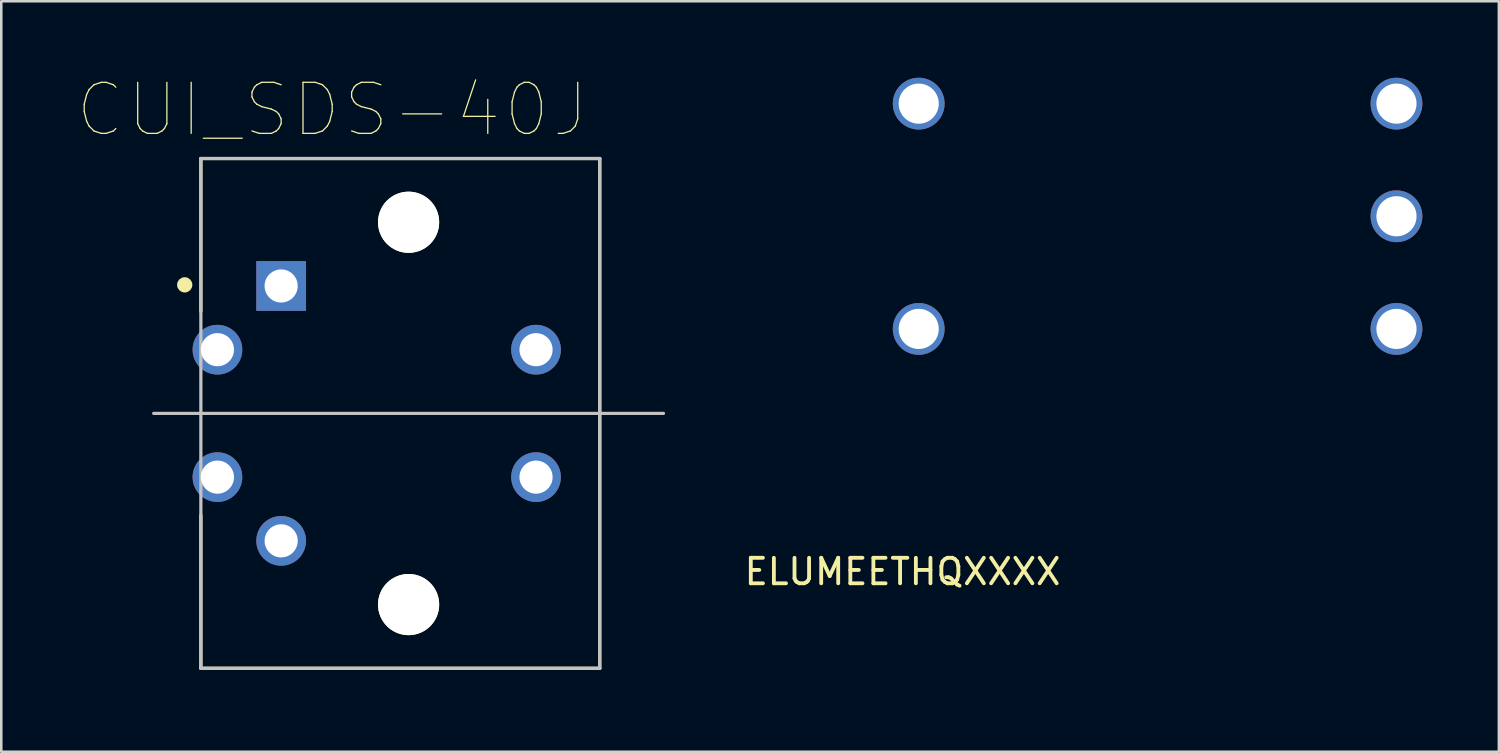
<source format=kicad_pcb>
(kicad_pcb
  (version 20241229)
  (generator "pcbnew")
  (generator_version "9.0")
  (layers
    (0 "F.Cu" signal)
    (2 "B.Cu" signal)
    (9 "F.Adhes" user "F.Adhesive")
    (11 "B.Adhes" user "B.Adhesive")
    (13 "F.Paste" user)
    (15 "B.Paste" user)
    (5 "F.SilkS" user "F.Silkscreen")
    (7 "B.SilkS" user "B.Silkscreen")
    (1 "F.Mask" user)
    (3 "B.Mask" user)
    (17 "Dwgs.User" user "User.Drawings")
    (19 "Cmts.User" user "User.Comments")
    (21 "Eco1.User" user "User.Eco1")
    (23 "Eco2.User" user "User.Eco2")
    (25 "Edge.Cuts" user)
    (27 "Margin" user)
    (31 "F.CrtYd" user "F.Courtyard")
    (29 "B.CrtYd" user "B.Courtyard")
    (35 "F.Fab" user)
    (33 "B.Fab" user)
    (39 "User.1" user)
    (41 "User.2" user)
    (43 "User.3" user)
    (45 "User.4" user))
  (footprint "ELUMEETHQXXXX"
    (layer "F.Cu")
    (at 32.995 9.855)
    (property "Reference" "ELUMEETHQXXXX" (at -0.635 9.525 0) (layer "F.SilkS") (effects (font (size 1 1) (thickness 0.15))))
    (attr through_hole)
    (pad "1" thru_hole circle (at 18.745 0) (size 2.032 2.032) (drill 1.575) (layers "*.Cu" "*.Mask"))
    (pad "2" thru_hole circle (at 18.745 -4.42) (size 2.032 2.032) (drill 1.575) (layers "*.Cu" "*.Mask"))
    (pad "3" thru_hole circle (at 18.745 -8.839) (size 2.032 2.032) (drill 1.575) (layers "*.Cu" "*.Mask"))
    (pad "4" thru_hole circle (at 0 -8.839) (size 2.032 2.032) (drill 1.575) (layers "*.Cu" "*.Mask"))
    (pad "5" thru_hole circle (at 0 0) (size 2.032 2.032) (drill 1.575) (layers "*.Cu" "*.Mask")))
  (footprint "CUI_SDS-40J"
    (layer "F.Cu")
    (at 12.981 13.17)
    (property "Reference" "CUI_SDS-40J" (at -2.998 -11.911 0) (layer "F.SilkS") (effects (font (size 2.003 2.003) (thickness 0.05))))
    (attr through_hole)
    (fp_line (start -8.15 -10) (end 7.5 -10) (stroke (width 0.127) (type solid)) (layer "F.SilkS"))
    (fp_line (start -8.15 -4) (end -8.15 -10) (stroke (width 0.127) (type solid)) (layer "F.SilkS"))
    (fp_line (start -8.15 10) (end -8.15 4) (stroke (width 0.127) (type solid)) (layer "F.SilkS"))
    (fp_line (start 7.5 10) (end -8.15 10) (stroke (width 0.127) (type solid)) (layer "F.SilkS"))
    (fp_line (start 7.5 10) (end 7.5 -10) (stroke (width 0.127) (type solid)) (layer "F.SilkS"))
    (fp_circle (center -8.784 -5.044) (end -8.634 -5.044) (stroke (width 0.3) (type solid)) (fill no) (layer "F.SilkS"))
    (fp_line (start -8.15 -10) (end 7.5 -10) (stroke (width 0.127) (type solid)) (layer "Dwgs.User"))
    (fp_line (start -8.15 10) (end -8.15 -10) (stroke (width 0.127) (type solid)) (layer "Dwgs.User"))
    (fp_line (start 7.5 -10) (end 7.5 10) (stroke (width 0.127) (type solid)) (layer "Dwgs.User"))
    (fp_line (start 7.5 10) (end -8.15 10) (stroke (width 0.127) (type solid)) (layer "Dwgs.User"))
    (fp_line (start 10 0) (end -10 0) (stroke (width 0.127) (type solid)) (layer "Dwgs.User"))
    (fp_line (start -8.75 -3.75) (end -8.4 -3.75) (stroke (width 0.05) (type solid)) (layer "Eco1.User"))
    (fp_line (start -8.75 -1.25) (end -8.75 -3.75) (stroke (width 0.05) (type solid)) (layer "Eco1.User"))
    (fp_line (start -8.75 1.25) (end -8.4 1.25) (stroke (width 0.05) (type solid)) (layer "Eco1.User"))
    (fp_line (start -8.75 3.75) (end -8.75 1.25) (stroke (width 0.05) (type solid)) (layer "Eco1.User"))
    (fp_line (start -8.4 -10.25) (end 7.75 -10.25) (stroke (width 0.05) (type solid)) (layer "Eco1.User"))
    (fp_line (start -8.4 -3.75) (end -8.4 -10.25) (stroke (width 0.05) (type solid)) (layer "Eco1.User"))
    (fp_line (start -8.4 -1.25) (end -8.75 -1.25) (stroke (width 0.05) (type solid)) (layer "Eco1.User"))
    (fp_line (start -8.4 1.25) (end -8.4 -1.25) (stroke (width 0.05) (type solid)) (layer "Eco1.User"))
    (fp_line (start -8.4 3.75) (end -8.75 3.75) (stroke (width 0.05) (type solid)) (layer "Eco1.User"))
    (fp_line (start -8.4 10.25) (end -8.4 3.75) (stroke (width 0.05) (type solid)) (layer "Eco1.User"))
    (fp_line (start 7.75 -10.25) (end 7.75 10.25) (stroke (width 0.05) (type solid)) (layer "Eco1.User"))
    (fp_line (start 7.75 10.25) (end -8.4 10.25) (stroke (width 0.05) (type solid)) (layer "Eco1.User"))
    (pad "" np_thru_hole circle (at 0 -7.5) (size 2.4 2.4) (drill 2.4) (layers "*.Cu" "*.Mask" "F.SilkS"))
    (pad "" np_thru_hole circle (at 0 7.5) (size 2.4 2.4) (drill 2.4) (layers "*.Cu" "*.Mask" "F.SilkS"))
    (pad "1" thru_hole rect (at -5 -5 90) (size 1.95 1.95) (drill 1.3) (layers "*.Cu" "*.Mask"))
    (pad "2" thru_hole circle (at -7.5 -2.5 90) (size 1.95 1.95) (drill 1.3) (layers "*.Cu" "*.Mask"))
    (pad "3" thru_hole circle (at -7.5 2.5 90) (size 1.95 1.95) (drill 1.3) (layers "*.Cu" "*.Mask"))
    (pad "4" thru_hole circle (at -5 5 90) (size 1.95 1.95) (drill 1.3) (layers "*.Cu" "*.Mask"))
    (pad "S1" thru_hole circle (at 5 2.5 90) (size 1.95 1.95) (drill 1.3) (layers "*.Cu" "*.Mask"))
    (pad "S2" thru_hole circle (at 5 -2.5 90) (size 1.95 1.95) (drill 1.3) (layers "*.Cu" "*.Mask")))
  (gr_rect
    (start -3 -3)
    (end 55.757 26.445)
    (stroke (width 0.1) (type default))
    (fill no)
    (layer "Edge.Cuts")))
</source>
